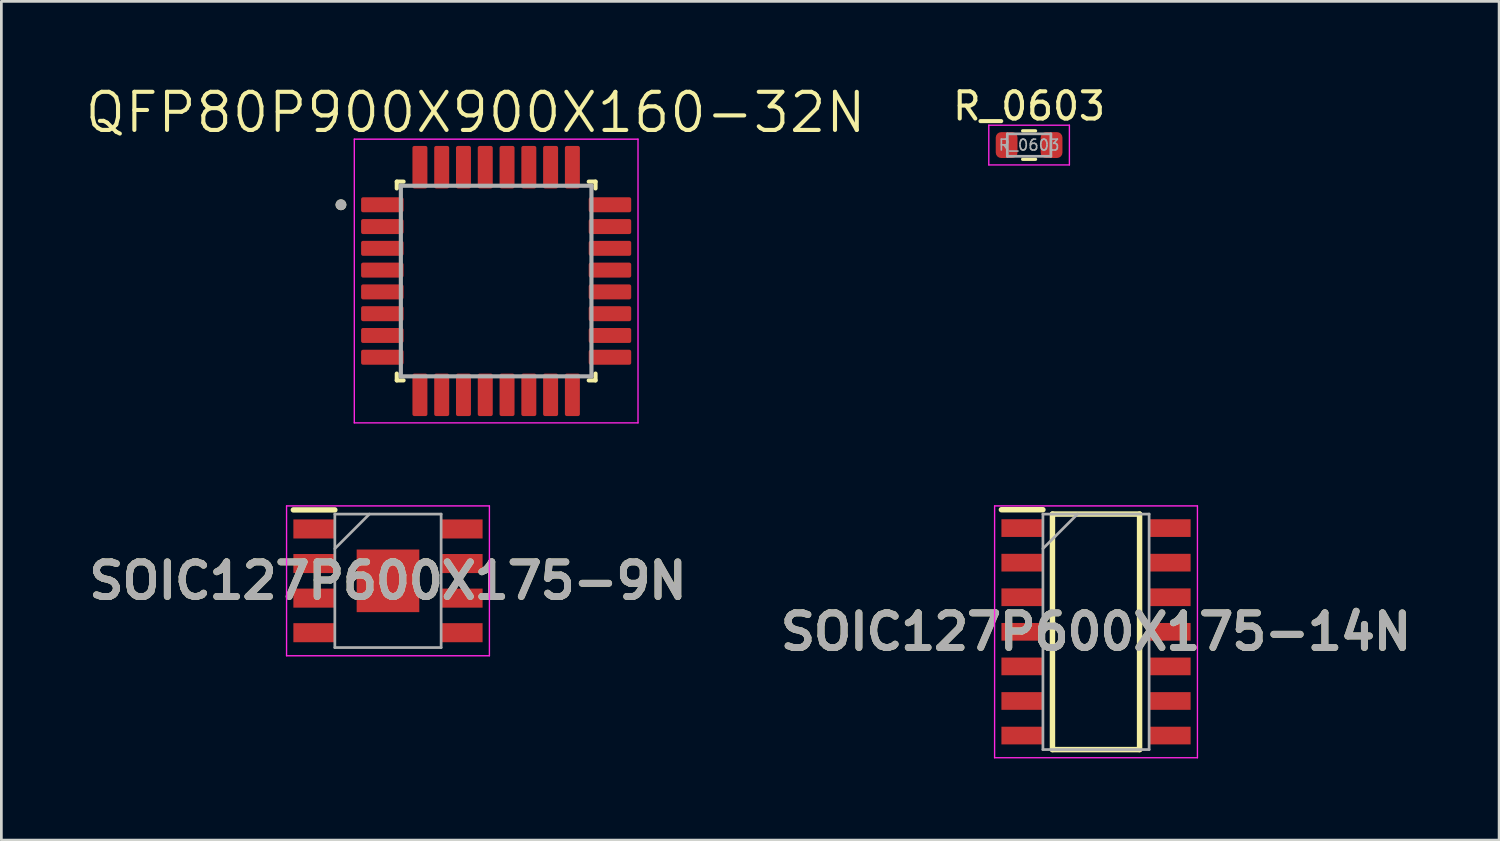
<source format=kicad_pcb>
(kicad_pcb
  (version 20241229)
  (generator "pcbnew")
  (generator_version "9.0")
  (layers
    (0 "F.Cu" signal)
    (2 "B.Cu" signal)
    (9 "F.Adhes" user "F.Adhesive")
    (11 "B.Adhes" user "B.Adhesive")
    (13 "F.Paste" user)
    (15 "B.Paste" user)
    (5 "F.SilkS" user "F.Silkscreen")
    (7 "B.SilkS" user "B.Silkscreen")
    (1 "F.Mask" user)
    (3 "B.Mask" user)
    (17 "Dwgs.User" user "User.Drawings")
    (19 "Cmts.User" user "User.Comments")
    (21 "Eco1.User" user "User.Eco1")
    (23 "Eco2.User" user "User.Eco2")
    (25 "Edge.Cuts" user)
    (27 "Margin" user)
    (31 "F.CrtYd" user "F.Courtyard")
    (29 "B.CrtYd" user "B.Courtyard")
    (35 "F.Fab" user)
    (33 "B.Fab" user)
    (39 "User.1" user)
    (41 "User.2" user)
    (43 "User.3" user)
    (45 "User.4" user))
  (footprint "QFP80P900X900X160-32N"
    (layer "F.Cu")
    (at 15.173 7.271)
    (property "Reference" "QFP80P900X900X160-32N" (at -0.755 -6.189 0) (layer "F.SilkS") (effects (font (size 1.4 1.4) (thickness 0.15))))
    (attr smd)
    (fp_line (start -3.65 -3.65) (end -3.4 -3.65) (stroke (width 0.152) (type solid)) (layer "F.SilkS"))
    (fp_line (start -3.65 -3.4) (end -3.65 -3.65) (stroke (width 0.152) (type solid)) (layer "F.SilkS"))
    (fp_line (start -3.65 3.65) (end -3.65 3.4) (stroke (width 0.152) (type solid)) (layer "F.SilkS"))
    (fp_line (start -3.4 3.65) (end -3.65 3.65) (stroke (width 0.152) (type solid)) (layer "F.SilkS"))
    (fp_line (start 3.4 -3.65) (end 3.65 -3.65) (stroke (width 0.152) (type solid)) (layer "F.SilkS"))
    (fp_line (start 3.65 -3.65) (end 3.65 -3.4) (stroke (width 0.152) (type solid)) (layer "F.SilkS"))
    (fp_line (start 3.65 3.4) (end 3.65 3.65) (stroke (width 0.152) (type solid)) (layer "F.SilkS"))
    (fp_line (start 3.65 3.65) (end 3.4 3.65) (stroke (width 0.152) (type solid)) (layer "F.SilkS"))
    (fp_circle (center -5.7 -2.8) (end -5.6 -2.8) (stroke (width 0.2) (type solid)) (fill no) (layer "F.SilkS"))
    (fp_line (start -5.21 -5.21) (end -5.21 5.21) (stroke (width 0.05) (type solid)) (layer "F.CrtYd"))
    (fp_line (start -5.21 5.21) (end 5.21 5.21) (stroke (width 0.05) (type solid)) (layer "F.CrtYd"))
    (fp_line (start 5.21 -5.21) (end -5.21 -5.21) (stroke (width 0.05) (type solid)) (layer "F.CrtYd"))
    (fp_line (start 5.21 5.21) (end 5.21 -5.21) (stroke (width 0.05) (type solid)) (layer "F.CrtYd"))
    (fp_line (start -3.5 -3.5) (end -3.5 3.5) (stroke (width 0.152) (type solid)) (layer "F.Fab"))
    (fp_line (start -3.5 3.5) (end 3.5 3.5) (stroke (width 0.152) (type solid)) (layer "F.Fab"))
    (fp_line (start 3.5 -3.5) (end -3.5 -3.5) (stroke (width 0.152) (type solid)) (layer "F.Fab"))
    (fp_line (start 3.5 3.5) (end 3.5 -3.5) (stroke (width 0.152) (type solid)) (layer "F.Fab"))
    (fp_circle (center -5.7 -2.8) (end -5.6 -2.8) (stroke (width 0.2) (type solid)) (fill no) (layer "F.Fab"))
    (pad "1" smd roundrect (at -4.18 -2.8) (size 1.56 0.55) (layers "F.Cu" "F.Mask" "F.Paste") (roundrect_rratio 0.125))
    (pad "2" smd roundrect (at -4.18 -2) (size 1.56 0.55) (layers "F.Cu" "F.Mask" "F.Paste") (roundrect_rratio 0.125))
    (pad "3" smd roundrect (at -4.18 -1.2) (size 1.56 0.55) (layers "F.Cu" "F.Mask" "F.Paste") (roundrect_rratio 0.125))
    (pad "4" smd roundrect (at -4.18 -0.4) (size 1.56 0.55) (layers "F.Cu" "F.Mask" "F.Paste") (roundrect_rratio 0.125))
    (pad "5" smd roundrect (at -4.18 0.4) (size 1.56 0.55) (layers "F.Cu" "F.Mask" "F.Paste") (roundrect_rratio 0.125))
    (pad "6" smd roundrect (at -4.18 1.2) (size 1.56 0.55) (layers "F.Cu" "F.Mask" "F.Paste") (roundrect_rratio 0.125))
    (pad "7" smd roundrect (at -4.18 2) (size 1.56 0.55) (layers "F.Cu" "F.Mask" "F.Paste") (roundrect_rratio 0.125))
    (pad "8" smd roundrect (at -4.18 2.8) (size 1.56 0.55) (layers "F.Cu" "F.Mask" "F.Paste") (roundrect_rratio 0.125))
    (pad "9" smd roundrect (at -2.8 4.18) (size 0.55 1.56) (layers "F.Cu" "F.Mask" "F.Paste") (roundrect_rratio 0.125))
    (pad "10" smd roundrect (at -2 4.18) (size 0.55 1.56) (layers "F.Cu" "F.Mask" "F.Paste") (roundrect_rratio 0.125))
    (pad "11" smd roundrect (at -1.2 4.18) (size 0.55 1.56) (layers "F.Cu" "F.Mask" "F.Paste") (roundrect_rratio 0.125))
    (pad "12" smd roundrect (at -0.4 4.18) (size 0.55 1.56) (layers "F.Cu" "F.Mask" "F.Paste") (roundrect_rratio 0.125))
    (pad "13" smd roundrect (at 0.4 4.18) (size 0.55 1.56) (layers "F.Cu" "F.Mask" "F.Paste") (roundrect_rratio 0.125))
    (pad "14" smd roundrect (at 1.2 4.18) (size 0.55 1.56) (layers "F.Cu" "F.Mask" "F.Paste") (roundrect_rratio 0.125))
    (pad "15" smd roundrect (at 2 4.18) (size 0.55 1.56) (layers "F.Cu" "F.Mask" "F.Paste") (roundrect_rratio 0.125))
    (pad "16" smd roundrect (at 2.8 4.18) (size 0.55 1.56) (layers "F.Cu" "F.Mask" "F.Paste") (roundrect_rratio 0.125))
    (pad "17" smd roundrect (at 4.18 2.8) (size 1.56 0.55) (layers "F.Cu" "F.Mask" "F.Paste") (roundrect_rratio 0.125))
    (pad "18" smd roundrect (at 4.18 2) (size 1.56 0.55) (layers "F.Cu" "F.Mask" "F.Paste") (roundrect_rratio 0.125))
    (pad "19" smd roundrect (at 4.18 1.2) (size 1.56 0.55) (layers "F.Cu" "F.Mask" "F.Paste") (roundrect_rratio 0.125))
    (pad "20" smd roundrect (at 4.18 0.4) (size 1.56 0.55) (layers "F.Cu" "F.Mask" "F.Paste") (roundrect_rratio 0.125))
    (pad "21" smd roundrect (at 4.18 -0.4) (size 1.56 0.55) (layers "F.Cu" "F.Mask" "F.Paste") (roundrect_rratio 0.125))
    (pad "22" smd roundrect (at 4.18 -1.2) (size 1.56 0.55) (layers "F.Cu" "F.Mask" "F.Paste") (roundrect_rratio 0.125))
    (pad "23" smd roundrect (at 4.18 -2) (size 1.56 0.55) (layers "F.Cu" "F.Mask" "F.Paste") (roundrect_rratio 0.125))
    (pad "24" smd roundrect (at 4.18 -2.8) (size 1.56 0.55) (layers "F.Cu" "F.Mask" "F.Paste") (roundrect_rratio 0.125))
    (pad "25" smd roundrect (at 2.8 -4.18) (size 0.55 1.56) (layers "F.Cu" "F.Mask" "F.Paste") (roundrect_rratio 0.125))
    (pad "26" smd roundrect (at 2 -4.18) (size 0.55 1.56) (layers "F.Cu" "F.Mask" "F.Paste") (roundrect_rratio 0.125))
    (pad "27" smd roundrect (at 1.2 -4.18) (size 0.55 1.56) (layers "F.Cu" "F.Mask" "F.Paste") (roundrect_rratio 0.125))
    (pad "28" smd roundrect (at 0.4 -4.18) (size 0.55 1.56) (layers "F.Cu" "F.Mask" "F.Paste") (roundrect_rratio 0.125))
    (pad "29" smd roundrect (at -0.4 -4.18) (size 0.55 1.56) (layers "F.Cu" "F.Mask" "F.Paste") (roundrect_rratio 0.125))
    (pad "30" smd roundrect (at -1.2 -4.18) (size 0.55 1.56) (layers "F.Cu" "F.Mask" "F.Paste") (roundrect_rratio 0.125))
    (pad "31" smd roundrect (at -2 -4.18) (size 0.55 1.56) (layers "F.Cu" "F.Mask" "F.Paste") (roundrect_rratio 0.125))
    (pad "32" smd roundrect (at -2.8 -4.18) (size 0.55 1.56) (layers "F.Cu" "F.Mask" "F.Paste") (roundrect_rratio 0.125)))
  (footprint "SOIC127P600X175-14N"
    (layer "F.Cu")
    (at 37.205 20.156)
    (property "Reference" "SOIC127P600X175-14N" (at 0 0 0) (layer "F.SilkS") (effects (font (size 1.27 1.27) (thickness 0.254))))
    (attr smd)
    (fp_line (start -3.475 -4.485) (end -1.95 -4.485) (stroke (width 0.2) (type solid)) (layer "F.SilkS"))
    (fp_line (start -1.6 -4.325) (end 1.6 -4.325) (stroke (width 0.2) (type solid)) (layer "F.SilkS"))
    (fp_line (start -1.6 4.325) (end -1.6 -4.325) (stroke (width 0.2) (type solid)) (layer "F.SilkS"))
    (fp_line (start 1.6 -4.325) (end 1.6 4.325) (stroke (width 0.2) (type solid)) (layer "F.SilkS"))
    (fp_line (start 1.6 4.325) (end -1.6 4.325) (stroke (width 0.2) (type solid)) (layer "F.SilkS"))
    (fp_line (start -3.725 -4.625) (end 3.725 -4.625) (stroke (width 0.05) (type solid)) (layer "F.CrtYd"))
    (fp_line (start -3.725 4.625) (end -3.725 -4.625) (stroke (width 0.05) (type solid)) (layer "F.CrtYd"))
    (fp_line (start 3.725 -4.625) (end 3.725 4.625) (stroke (width 0.05) (type solid)) (layer "F.CrtYd"))
    (fp_line (start 3.725 4.625) (end -3.725 4.625) (stroke (width 0.05) (type solid)) (layer "F.CrtYd"))
    (fp_line (start -1.95 -4.325) (end 1.95 -4.325) (stroke (width 0.1) (type solid)) (layer "F.Fab"))
    (fp_line (start -1.95 -3.055) (end -0.68 -4.325) (stroke (width 0.1) (type solid)) (layer "F.Fab"))
    (fp_line (start -1.95 4.325) (end -1.95 -4.325) (stroke (width 0.1) (type solid)) (layer "F.Fab"))
    (fp_line (start 1.95 -4.325) (end 1.95 4.325) (stroke (width 0.1) (type solid)) (layer "F.Fab"))
    (fp_line (start 1.95 4.325) (end -1.95 4.325) (stroke (width 0.1) (type solid)) (layer "F.Fab"))
    (fp_text user "${REFERENCE}" (at 0 0 0) (layer "F.Fab") (effects (font (size 1.27 1.27) (thickness 0.254))))
    (pad "1" smd rect (at -2.712 -3.81 90) (size 0.65 1.525) (layers "F.Cu" "F.Mask" "F.Paste"))
    (pad "2" smd rect (at -2.712 -2.54 90) (size 0.65 1.525) (layers "F.Cu" "F.Mask" "F.Paste"))
    (pad "3" smd rect (at -2.712 -1.27 90) (size 0.65 1.525) (layers "F.Cu" "F.Mask" "F.Paste"))
    (pad "4" smd rect (at -2.712 0 90) (size 0.65 1.525) (layers "F.Cu" "F.Mask" "F.Paste"))
    (pad "5" smd rect (at -2.712 1.27 90) (size 0.65 1.525) (layers "F.Cu" "F.Mask" "F.Paste"))
    (pad "6" smd rect (at -2.712 2.54 90) (size 0.65 1.525) (layers "F.Cu" "F.Mask" "F.Paste"))
    (pad "7" smd rect (at -2.712 3.81 90) (size 0.65 1.525) (layers "F.Cu" "F.Mask" "F.Paste"))
    (pad "8" smd rect (at 2.712 3.81 90) (size 0.65 1.525) (layers "F.Cu" "F.Mask" "F.Paste"))
    (pad "9" smd rect (at 2.712 2.54 90) (size 0.65 1.525) (layers "F.Cu" "F.Mask" "F.Paste"))
    (pad "10" smd rect (at 2.712 1.27 90) (size 0.65 1.525) (layers "F.Cu" "F.Mask" "F.Paste"))
    (pad "11" smd rect (at 2.712 0 90) (size 0.65 1.525) (layers "F.Cu" "F.Mask" "F.Paste"))
    (pad "12" smd rect (at 2.712 -1.27 90) (size 0.65 1.525) (layers "F.Cu" "F.Mask" "F.Paste"))
    (pad "13" smd rect (at 2.712 -2.54 90) (size 0.65 1.525) (layers "F.Cu" "F.Mask" "F.Paste"))
    (pad "14" smd rect (at 2.712 -3.81 90) (size 0.65 1.525) (layers "F.Cu" "F.Mask" "F.Paste")))
  (footprint "SOIC127P600X175-9N"
    (layer "F.Cu")
    (at 11.2 18.283)
    (property "Reference" "SOIC127P600X175-9N" (at 0 0 0) (layer "F.SilkS") (effects (font (size 1.27 1.27) (thickness 0.254))))
    (attr smd)
    (fp_line (start -3.475 -2.605) (end -1.952 -2.605) (stroke (width 0.2) (type solid)) (layer "F.SilkS"))
    (fp_line (start -3.725 -2.752) (end 3.725 -2.752) (stroke (width 0.05) (type solid)) (layer "F.CrtYd"))
    (fp_line (start -3.725 2.752) (end -3.725 -2.752) (stroke (width 0.05) (type solid)) (layer "F.CrtYd"))
    (fp_line (start 3.725 -2.752) (end 3.725 2.752) (stroke (width 0.05) (type solid)) (layer "F.CrtYd"))
    (fp_line (start 3.725 2.752) (end -3.725 2.752) (stroke (width 0.05) (type solid)) (layer "F.CrtYd"))
    (fp_line (start -1.952 -2.451) (end 1.952 -2.451) (stroke (width 0.1) (type solid)) (layer "F.Fab"))
    (fp_line (start -1.952 -1.181) (end -0.682 -2.451) (stroke (width 0.1) (type solid)) (layer "F.Fab"))
    (fp_line (start -1.952 2.451) (end -1.952 -2.451) (stroke (width 0.1) (type solid)) (layer "F.Fab"))
    (fp_line (start 1.952 -2.451) (end 1.952 2.451) (stroke (width 0.1) (type solid)) (layer "F.Fab"))
    (fp_line (start 1.952 2.451) (end -1.952 2.451) (stroke (width 0.1) (type solid)) (layer "F.Fab"))
    (fp_text user "${REFERENCE}" (at 0 0 0) (layer "F.Fab") (effects (font (size 1.27 1.27) (thickness 0.254))))
    (pad "1" smd rect (at -2.714 -1.905 90) (size 0.7 1.522) (layers "F.Cu" "F.Mask" "F.Paste"))
    (pad "2" smd rect (at -2.714 -0.635 90) (size 0.7 1.522) (layers "F.Cu" "F.Mask" "F.Paste"))
    (pad "3" smd rect (at -2.714 0.635 90) (size 0.7 1.522) (layers "F.Cu" "F.Mask" "F.Paste"))
    (pad "4" smd rect (at -2.714 1.905 90) (size 0.7 1.522) (layers "F.Cu" "F.Mask" "F.Paste"))
    (pad "5" smd rect (at 2.714 1.905 90) (size 0.7 1.522) (layers "F.Cu" "F.Mask" "F.Paste"))
    (pad "6" smd rect (at 2.714 0.635 90) (size 0.7 1.522) (layers "F.Cu" "F.Mask" "F.Paste"))
    (pad "7" smd rect (at 2.714 -0.635 90) (size 0.7 1.522) (layers "F.Cu" "F.Mask" "F.Paste"))
    (pad "8" smd rect (at 2.714 -1.905 90) (size 0.7 1.522) (layers "F.Cu" "F.Mask" "F.Paste"))
    (pad "9" smd rect (at 0 0) (size 2.3 2.3) (layers "F.Cu" "F.Mask" "F.Paste")))
  (footprint "R_0603"
    (layer "F.Cu")
    (at 34.747 2.278)
    (property "Reference" "R_0603" (at 0 -1.43 0) (layer "F.SilkS") (effects (font (size 1 1) (thickness 0.15))))
    (attr smd)
    (fp_line (start -0.237 -0.522) (end 0.237 -0.522) (stroke (width 0.12) (type solid)) (layer "F.SilkS"))
    (fp_line (start -0.237 0.522) (end 0.237 0.522) (stroke (width 0.12) (type solid)) (layer "F.SilkS"))
    (fp_line (start -1.48 -0.73) (end 1.48 -0.73) (stroke (width 0.05) (type solid)) (layer "F.CrtYd"))
    (fp_line (start -1.48 0.73) (end -1.48 -0.73) (stroke (width 0.05) (type solid)) (layer "F.CrtYd"))
    (fp_line (start 1.48 -0.73) (end 1.48 0.73) (stroke (width 0.05) (type solid)) (layer "F.CrtYd"))
    (fp_line (start 1.48 0.73) (end -1.48 0.73) (stroke (width 0.05) (type solid)) (layer "F.CrtYd"))
    (fp_line (start -0.8 -0.412) (end 0.8 -0.412) (stroke (width 0.1) (type solid)) (layer "F.Fab"))
    (fp_line (start -0.8 0.412) (end -0.8 -0.412) (stroke (width 0.1) (type solid)) (layer "F.Fab"))
    (fp_line (start 0.8 -0.412) (end 0.8 0.412) (stroke (width 0.1) (type solid)) (layer "F.Fab"))
    (fp_line (start 0.8 0.412) (end -0.8 0.412) (stroke (width 0.1) (type solid)) (layer "F.Fab"))
    (fp_text user "${REFERENCE}" (at 0 0 0) (layer "F.Fab") (effects (font (size 0.4 0.4) (thickness 0.06))))
    (pad "1" smd roundrect (at -0.825 0) (size 0.8 0.95) (layers "F.Cu" "F.Mask" "F.Paste") (roundrect_rratio 0.25))
    (pad "2" smd roundrect (at 0.825 0) (size 0.8 0.95) (layers "F.Cu" "F.Mask" "F.Paste") (roundrect_rratio 0.25)))
  (gr_rect
    (start -3 -3)
    (end 52.01 27.806)
    (stroke (width 0.1) (type default))
    (fill no)
    (layer "Edge.Cuts")))
</source>
